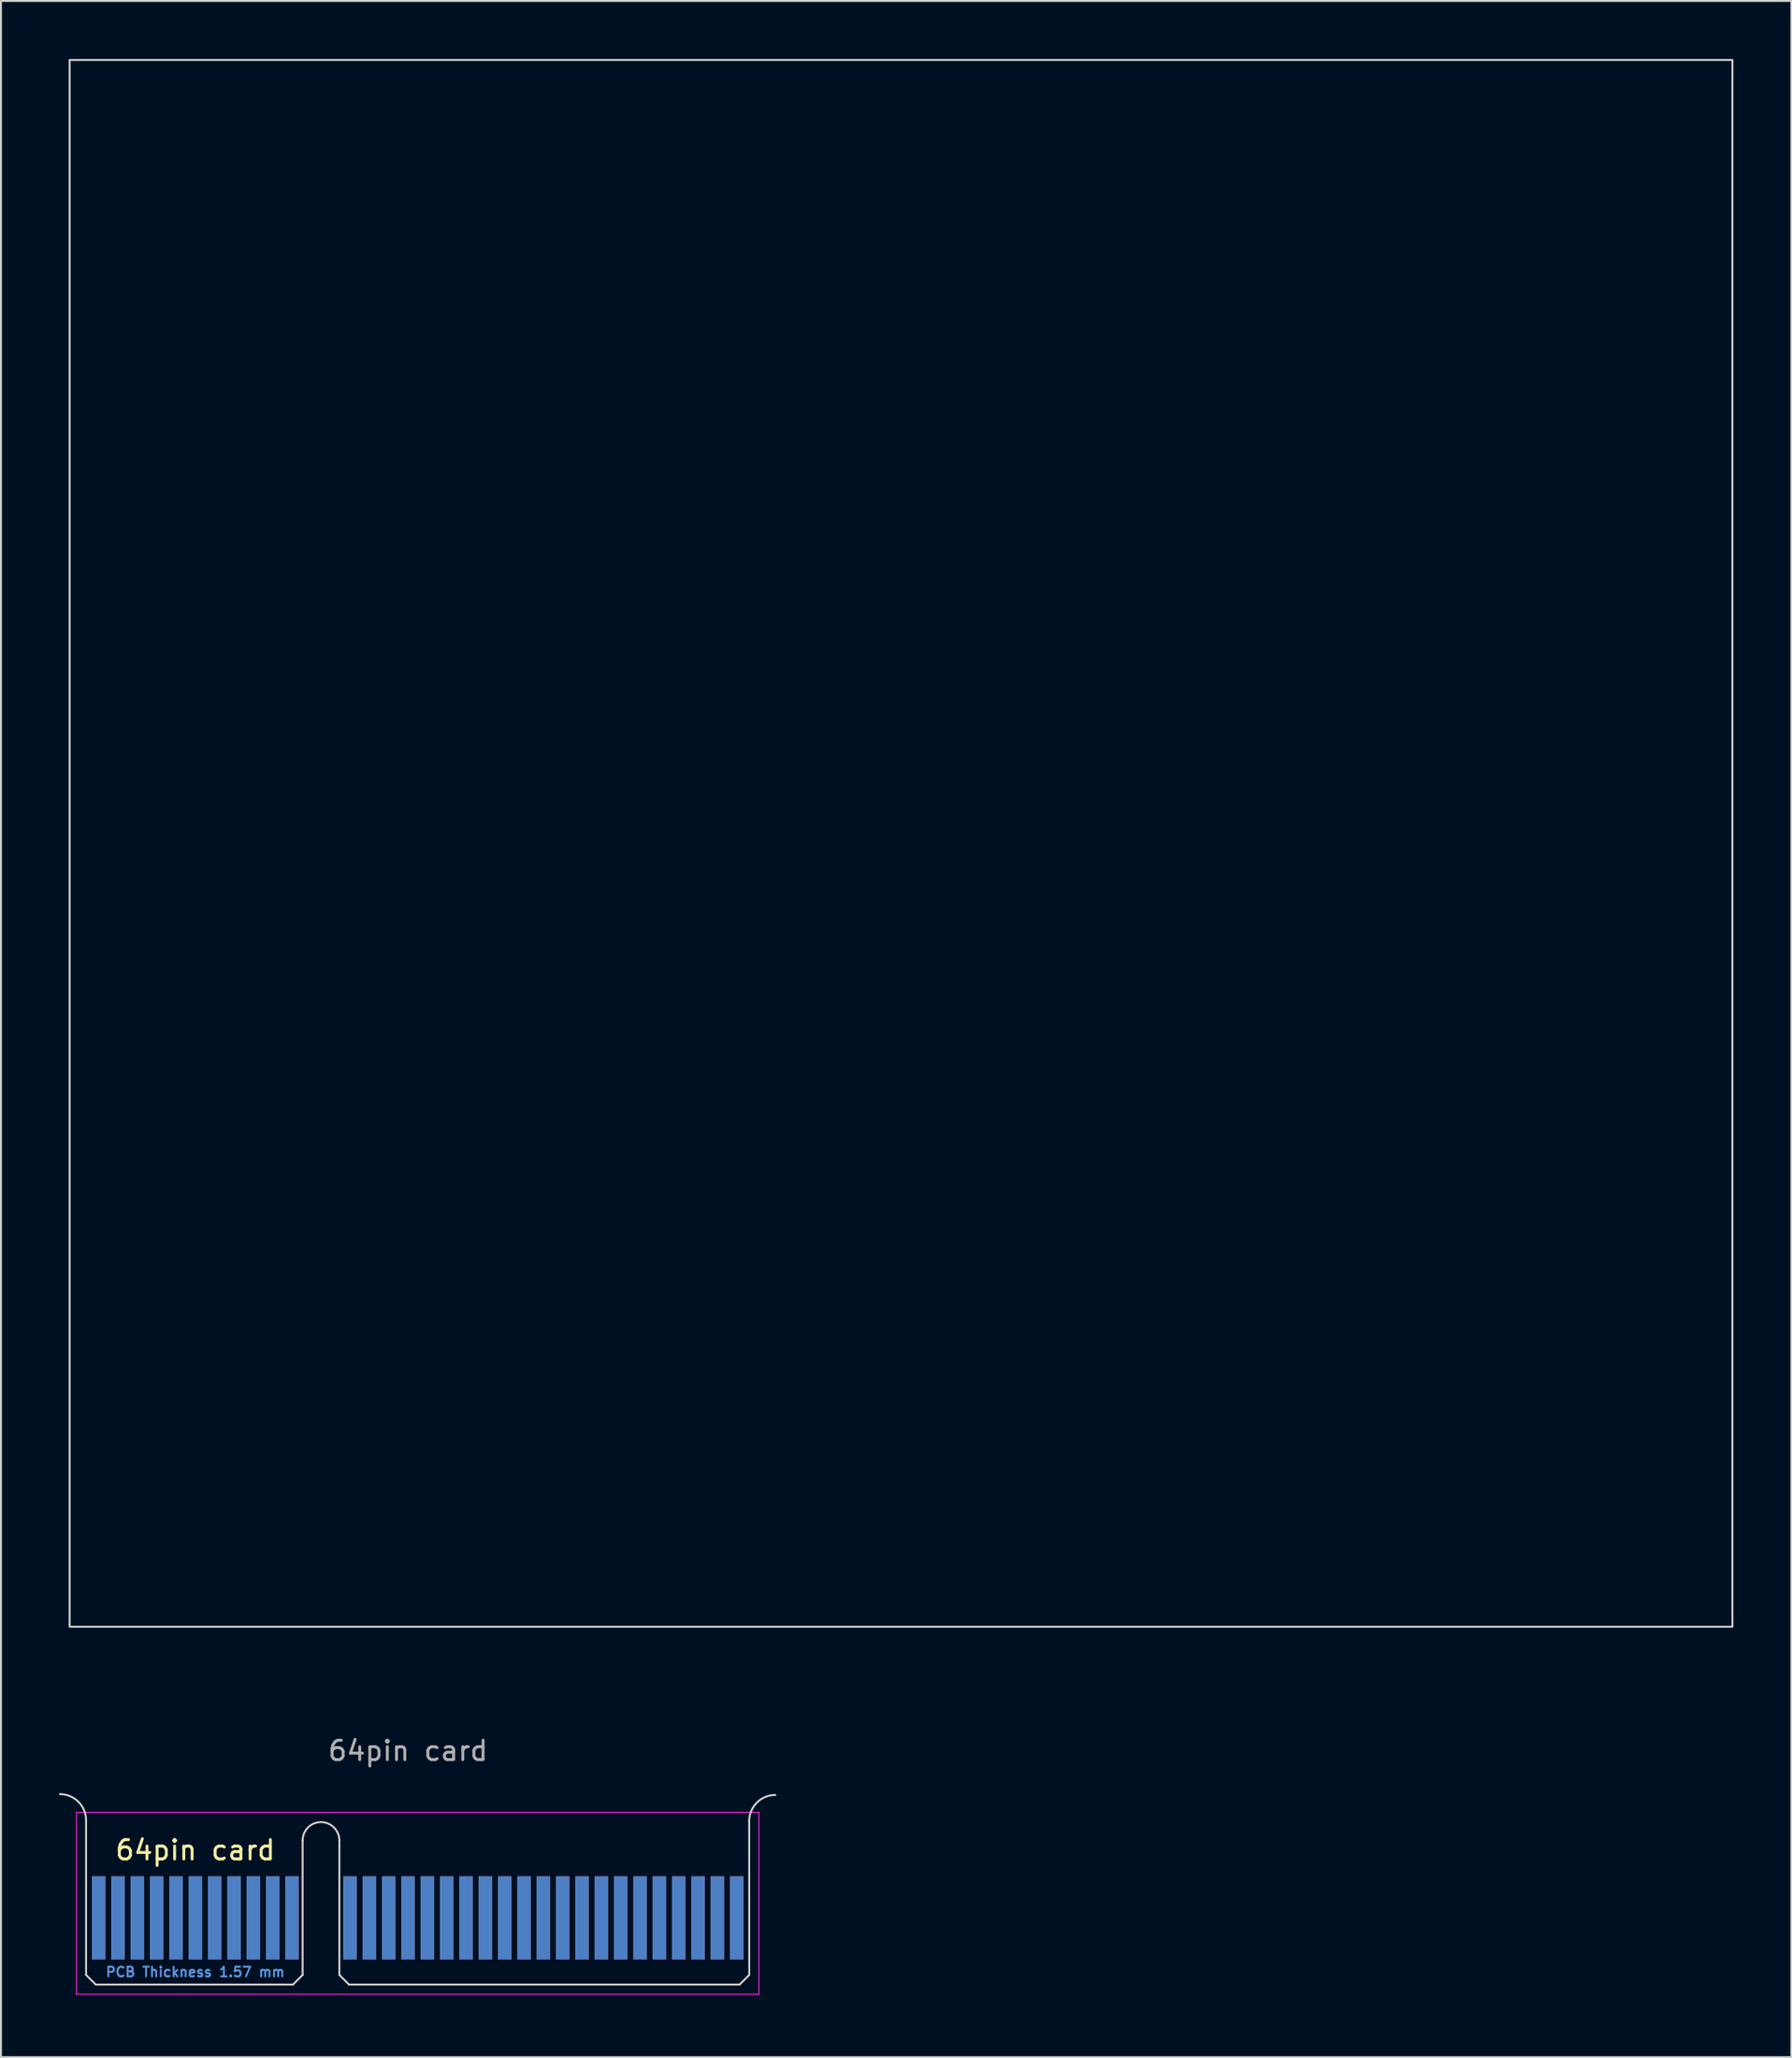
<source format=kicad_pcb>
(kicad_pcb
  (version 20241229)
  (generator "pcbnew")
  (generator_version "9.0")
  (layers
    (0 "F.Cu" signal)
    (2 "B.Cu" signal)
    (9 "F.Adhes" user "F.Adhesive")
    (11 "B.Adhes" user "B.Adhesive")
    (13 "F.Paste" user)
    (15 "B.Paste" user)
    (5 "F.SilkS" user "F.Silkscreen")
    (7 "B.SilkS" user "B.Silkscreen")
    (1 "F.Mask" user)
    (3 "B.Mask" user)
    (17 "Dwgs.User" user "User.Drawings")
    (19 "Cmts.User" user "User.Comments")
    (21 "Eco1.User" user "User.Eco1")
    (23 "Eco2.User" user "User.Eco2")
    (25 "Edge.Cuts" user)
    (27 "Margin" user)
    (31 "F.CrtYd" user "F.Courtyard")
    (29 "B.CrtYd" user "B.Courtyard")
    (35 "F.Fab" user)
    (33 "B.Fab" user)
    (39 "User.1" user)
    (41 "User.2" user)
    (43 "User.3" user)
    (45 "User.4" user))
  (footprint "64pin card"
    (layer "F.Cu")
    (at 18.552 100.05)
    (property "Reference" "64pin card" (at -11.5 -7.45 0) (layer "F.SilkS") (effects (font (size 1 1) (thickness 0.15))))
    (attr exclude_from_pos_files)
    (fp_line (start -17.15 -8.994) (end -17.15 -1) (stroke (width 0.1) (type solid)) (layer "Edge.Cuts"))
    (fp_line (start -17.15 -1) (end -16.65 -0.5) (stroke (width 0.1) (type solid)) (layer "Edge.Cuts"))
    (fp_line (start -16.65 -0.5) (end -6.45 -0.5) (stroke (width 0.1) (type solid)) (layer "Edge.Cuts"))
    (fp_line (start -5.95 -7.95) (end -5.95 -1) (stroke (width 0.1) (type solid)) (layer "Edge.Cuts"))
    (fp_line (start -5.95 -1) (end -6.45 -0.5) (stroke (width 0.1) (type solid)) (layer "Edge.Cuts"))
    (fp_line (start -4.05 -7.95) (end -4.05 -1) (stroke (width 0.1) (type solid)) (layer "Edge.Cuts"))
    (fp_line (start -4.05 -1) (end -3.55 -0.5) (stroke (width 0.1) (type solid)) (layer "Edge.Cuts"))
    (fp_line (start -3.55 -0.5) (end 16.65 -0.5) (stroke (width 0.1) (type solid)) (layer "Edge.Cuts"))
    (fp_line (start 17.148 -8.95) (end 17.15 -1) (stroke (width 0.1) (type solid)) (layer "Edge.Cuts"))
    (fp_line (start 17.15 -1) (end 16.65 -0.5) (stroke (width 0.1) (type solid)) (layer "Edge.Cuts"))
    (fp_rect (start -18 -100) (end 68 -19) (stroke (width 0.1) (type default)) (fill no) (layer "Edge.Cuts"))
    (fp_arc (start -18.502219 -10.346142) (mid -17.546029 -9.95002) (end -17.15 -8.99379) (stroke (width 0.1) (type default)) (layer "Edge.Cuts"))
    (fp_arc (start -5.95 -7.95) (mid -5 -8.9) (end -4.05 -7.95) (stroke (width 0.1) (type solid)) (layer "Edge.Cuts"))
    (fp_arc (start 17.147648 -8.950133) (mid 17.54377 -9.906323) (end 18.5 -10.302352) (stroke (width 0.1) (type default)) (layer "Edge.Cuts"))
    (fp_line (start -17.65 -9.4) (end -17.65 0) (stroke (width 0.05) (type solid)) (layer "F.CrtYd"))
    (fp_line (start -17.65 -9.4) (end 17.65 -9.4) (stroke (width 0.05) (type solid)) (layer "F.CrtYd"))
    (fp_line (start 17.65 0) (end -17.65 0) (stroke (width 0.05) (type solid)) (layer "F.CrtYd"))
    (fp_line (start 17.65 0) (end 17.65 -9.4) (stroke (width 0.05) (type solid)) (layer "F.CrtYd"))
    (fp_text user "PCB Thickness 1.57 mm" (at -11.5 -1.15 180) (layer "Cmts.User") (effects (font (size 0.5 0.5) (thickness 0.1))))
    (fp_text user "${REFERENCE}" (at -0.498 -12.586 0) (layer "F.Fab") (effects (font (size 1 1) (thickness 0.15))))
    (pad "A1" connect rect (at -16.5 -3.95) (size 0.7 4.3) (layers "F.Cu" "F.Mask"))
    (pad "A1" connect rect (at -16.5 -3.951) (size 0.7 4.298) (layers "B.Cu" "B.Mask"))
    (pad "A1" connect rect (at -15.5 -3.95) (size 0.7 4.3) (layers "F.Cu" "F.Mask"))
    (pad "A1" connect rect (at -15.5 -3.95) (size 0.7 4.3) (layers "B.Cu" "B.Mask"))
    (pad "A1" connect rect (at -14.5 -3.95) (size 0.7 4.3) (layers "F.Cu" "F.Mask"))
    (pad "A1" connect rect (at -14.5 -3.95) (size 0.7 4.3) (layers "B.Cu" "B.Mask"))
    (pad "A1" connect rect (at -13.5 -3.95) (size 0.7 4.3) (layers "F.Cu" "F.Mask"))
    (pad "A1" connect rect (at -13.5 -3.95) (size 0.7 4.3) (layers "B.Cu" "B.Mask"))
    (pad "A5" connect rect (at -12.5 -3.95) (size 0.7 4.3) (layers "B.Cu" "B.Mask"))
    (pad "A6" connect rect (at -11.5 -3.95) (size 0.7 4.3) (layers "F.Cu" "F.Mask"))
    (pad "A6" connect rect (at -11.5 -3.95) (size 0.7 4.3) (layers "B.Cu" "B.Mask"))
    (pad "A6" connect rect (at -10.5 -3.95) (size 0.7 4.3) (layers "F.Cu" "F.Mask"))
    (pad "A6" connect rect (at -10.5 -3.95) (size 0.7 4.3) (layers "B.Cu" "B.Mask"))
    (pad "A6" connect rect (at -9.5 -3.95) (size 0.7 4.3) (layers "F.Cu" "F.Mask"))
    (pad "A6" connect rect (at -9.5 -3.95) (size 0.7 4.3) (layers "B.Cu" "B.Mask"))
    (pad "A6" connect rect (at -8.5 -3.95) (size 0.7 4.3) (layers "F.Cu" "F.Mask"))
    (pad "A6" connect rect (at -8.5 -3.95) (size 0.7 4.3) (layers "B.Cu" "B.Mask"))
    (pad "A6" connect rect (at -2.5 -3.95) (size 0.7 4.3) (layers "F.Cu" "F.Mask"))
    (pad "A6" connect rect (at -2.5 -3.95) (size 0.7 4.3) (layers "B.Cu" "B.Mask"))
    (pad "A6" connect rect (at -0.5 -3.95) (size 0.7 4.3) (layers "F.Cu" "F.Mask"))
    (pad "A6" connect rect (at -0.5 -3.95) (size 0.7 4.3) (layers "B.Cu" "B.Mask"))
    (pad "A6" connect rect (at 1.5 -3.95) (size 0.7 4.3) (layers "F.Cu" "F.Mask"))
    (pad "A6" connect rect (at 1.5 -3.95) (size 0.7 4.3) (layers "B.Cu" "B.Mask"))
    (pad "A6" connect rect (at 3.5 -3.95) (size 0.7 4.3) (layers "F.Cu" "F.Mask"))
    (pad "A6" connect rect (at 3.5 -3.95) (size 0.7 4.3) (layers "B.Cu" "B.Mask"))
    (pad "A6" connect rect (at 5.5 -3.95) (size 0.7 4.3) (layers "F.Cu" "F.Mask"))
    (pad "A6" connect rect (at 5.5 -3.95) (size 0.7 4.3) (layers "B.Cu" "B.Mask"))
    (pad "A6" connect rect (at 7.5 -3.95) (size 0.7 4.3) (layers "F.Cu" "F.Mask"))
    (pad "A6" connect rect (at 7.5 -3.95) (size 0.7 4.3) (layers "B.Cu" "B.Mask"))
    (pad "A6" connect rect (at 9.5 -3.95) (size 0.7 4.3) (layers "F.Cu" "F.Mask"))
    (pad "A6" connect rect (at 9.5 -3.95) (size 0.7 4.3) (layers "B.Cu" "B.Mask"))
    (pad "A6" connect rect (at 11.5 -3.95) (size 0.7 4.3) (layers "F.Cu" "F.Mask"))
    (pad "A6" connect rect (at 11.5 -3.95) (size 0.7 4.3) (layers "B.Cu" "B.Mask"))
    (pad "A6" connect rect (at 13.5 -3.95) (size 0.7 4.3) (layers "F.Cu" "F.Mask"))
    (pad "A6" connect rect (at 13.5 -3.95) (size 0.7 4.3) (layers "B.Cu" "B.Mask"))
    (pad "A6" connect rect (at 15.5 -3.95) (size 0.7 4.3) (layers "B.Cu" "B.Mask"))
    (pad "A6" connect rect (at 15.503 -3.951) (size 0.707 4.299) (layers "F.Cu" "F.Mask"))
    (pad "A10" connect rect (at -7.5 -3.95) (size 0.7 4.3) (layers "F.Cu" "F.Mask"))
    (pad "A10" connect rect (at -7.5 -3.95) (size 0.7 4.3) (layers "B.Cu" "B.Mask"))
    (pad "A10" connect rect (at -6.5 -3.95) (size 0.7 4.3) (layers "F.Cu" "F.Mask"))
    (pad "A11" connect rect (at -6.5 -3.95) (size 0.7 4.3) (layers "B.Cu" "B.Mask"))
    (pad "A12" connect rect (at -3.5 -3.95) (size 0.7 4.3) (layers "B.Cu" "B.Mask"))
    (pad "A14" connect rect (at -1.5 -3.95) (size 0.7 4.3) (layers "B.Cu" "B.Mask"))
    (pad "A16" connect rect (at 0.5 -3.95) (size 0.7 4.3) (layers "B.Cu" "B.Mask"))
    (pad "A18" connect rect (at 2.5 -3.95) (size 0.7 4.3) (layers "B.Cu" "B.Mask"))
    (pad "A20" connect rect (at 4.5 -3.95) (size 0.7 4.3) (layers "B.Cu" "B.Mask"))
    (pad "A22" connect rect (at 6.5 -3.95) (size 0.7 4.3) (layers "B.Cu" "B.Mask"))
    (pad "A24" connect rect (at 8.5 -3.95) (size 0.7 4.3) (layers "B.Cu" "B.Mask"))
    (pad "A26" connect rect (at 10.5 -3.95) (size 0.7 4.3) (layers "B.Cu" "B.Mask"))
    (pad "A28" connect rect (at 12.5 -3.95) (size 0.7 4.3) (layers "B.Cu" "B.Mask"))
    (pad "A30" connect rect (at 14.5 -3.95) (size 0.7 4.3) (layers "B.Cu" "B.Mask"))
    (pad "A32" connect rect (at 16.5 -3.95) (size 0.7 4.3) (layers "B.Cu" "B.Mask"))
    (pad "B5" connect rect (at -12.5 -3.95) (size 0.7 4.3) (layers "F.Cu" "F.Mask"))
    (pad "B12" connect rect (at -3.5 -3.95) (size 0.7 4.3) (layers "F.Cu" "F.Mask"))
    (pad "B14" connect rect (at -1.5 -3.95) (size 0.7 4.3) (layers "F.Cu" "F.Mask"))
    (pad "B16" connect rect (at 0.5 -3.95) (size 0.7 4.3) (layers "F.Cu" "F.Mask"))
    (pad "B18" connect rect (at 2.5 -3.95) (size 0.7 4.3) (layers "F.Cu" "F.Mask"))
    (pad "B20" connect rect (at 4.5 -3.95) (size 0.7 4.3) (layers "F.Cu" "F.Mask"))
    (pad "B22" connect rect (at 6.5 -3.95) (size 0.7 4.3) (layers "F.Cu" "F.Mask"))
    (pad "B24" connect rect (at 8.5 -3.95) (size 0.7 4.3) (layers "F.Cu" "F.Mask"))
    (pad "B26" connect rect (at 10.5 -3.95) (size 0.7 4.3) (layers "F.Cu" "F.Mask"))
    (pad "B28" connect rect (at 12.5 -3.95) (size 0.7 4.3) (layers "F.Cu" "F.Mask"))
    (pad "B30" connect rect (at 14.5 -3.95) (size 0.7 4.3) (layers "F.Cu" "F.Mask"))
    (pad "B32" connect rect (at 16.5 -3.95) (size 0.7 4.3) (layers "F.Cu" "F.Mask")))
  (gr_rect
    (start -3 -3)
    (end 89.602 103.3)
    (stroke (width 0.1) (type default))
    (fill no)
    (layer "Edge.Cuts")))
</source>
